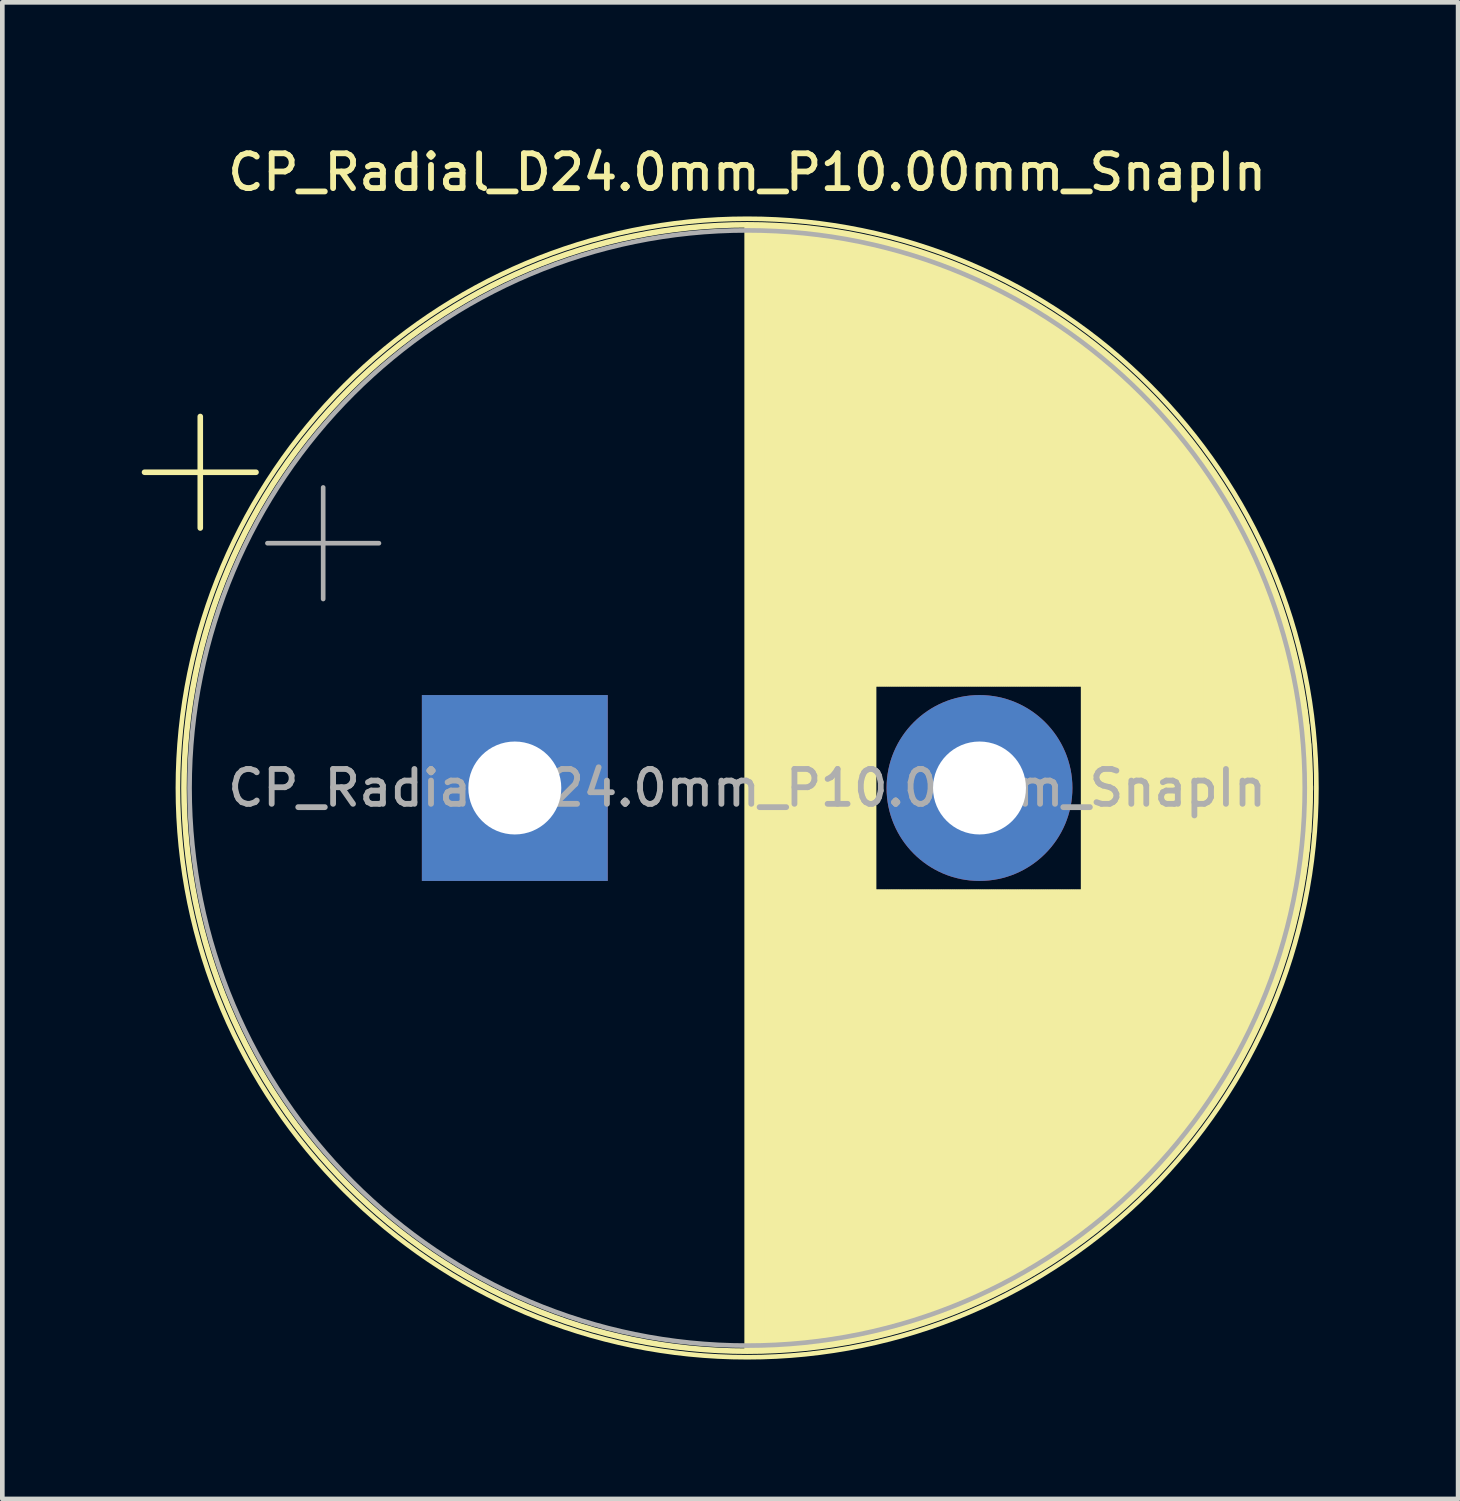
<source format=kicad_pcb>
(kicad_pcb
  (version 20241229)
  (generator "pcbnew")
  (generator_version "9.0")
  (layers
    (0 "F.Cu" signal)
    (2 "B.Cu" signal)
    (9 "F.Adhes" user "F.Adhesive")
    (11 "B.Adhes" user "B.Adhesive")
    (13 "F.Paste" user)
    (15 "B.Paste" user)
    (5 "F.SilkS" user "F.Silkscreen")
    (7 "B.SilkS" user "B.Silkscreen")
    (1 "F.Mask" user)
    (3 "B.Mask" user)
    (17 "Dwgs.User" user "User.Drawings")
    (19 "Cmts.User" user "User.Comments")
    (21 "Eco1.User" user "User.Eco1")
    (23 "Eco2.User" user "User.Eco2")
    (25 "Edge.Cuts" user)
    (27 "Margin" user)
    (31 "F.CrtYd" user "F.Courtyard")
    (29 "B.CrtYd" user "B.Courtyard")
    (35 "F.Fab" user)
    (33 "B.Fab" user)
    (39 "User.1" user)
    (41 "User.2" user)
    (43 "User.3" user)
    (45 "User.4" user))
  (footprint "CP_Radial_D24.0mm_P10.00mm_SnapIn"
    (layer "F.Cu")
    (at 8.029 13.908)
    (property "Reference" "CP_Radial_D24.0mm_P10.00mm_SnapIn" (at 5 -13.25 0) (layer "F.SilkS") (effects (font (size 0.75 0.75) (thickness 0.125))))
    (attr through_hole)
    (fp_line (start -7.969 -6.795) (end -5.569 -6.795) (stroke (width 0.12) (type solid)) (layer "F.SilkS"))
    (fp_line (start -6.769 -7.995) (end -6.769 -5.595) (stroke (width 0.12) (type solid)) (layer "F.SilkS"))
    (fp_line (start 5 -12.081) (end 5 12.081) (stroke (width 0.12) (type solid)) (layer "F.SilkS"))
    (fp_line (start 5.04 -12.08) (end 5.04 12.08) (stroke (width 0.12) (type solid)) (layer "F.SilkS"))
    (fp_line (start 5.08 -12.08) (end 5.08 12.08) (stroke (width 0.12) (type solid)) (layer "F.SilkS"))
    (fp_line (start 5.12 -12.08) (end 5.12 12.08) (stroke (width 0.12) (type solid)) (layer "F.SilkS"))
    (fp_line (start 5.16 -12.079) (end 5.16 12.079) (stroke (width 0.12) (type solid)) (layer "F.SilkS"))
    (fp_line (start 5.2 -12.079) (end 5.2 12.079) (stroke (width 0.12) (type solid)) (layer "F.SilkS"))
    (fp_line (start 5.24 -12.078) (end 5.24 12.078) (stroke (width 0.12) (type solid)) (layer "F.SilkS"))
    (fp_line (start 5.28 -12.077) (end 5.28 12.077) (stroke (width 0.12) (type solid)) (layer "F.SilkS"))
    (fp_line (start 5.32 -12.076) (end 5.32 12.076) (stroke (width 0.12) (type solid)) (layer "F.SilkS"))
    (fp_line (start 5.36 -12.075) (end 5.36 12.075) (stroke (width 0.12) (type solid)) (layer "F.SilkS"))
    (fp_line (start 5.4 -12.074) (end 5.4 12.074) (stroke (width 0.12) (type solid)) (layer "F.SilkS"))
    (fp_line (start 5.44 -12.073) (end 5.44 12.073) (stroke (width 0.12) (type solid)) (layer "F.SilkS"))
    (fp_line (start 5.48 -12.071) (end 5.48 12.071) (stroke (width 0.12) (type solid)) (layer "F.SilkS"))
    (fp_line (start 5.52 -12.069) (end 5.52 12.069) (stroke (width 0.12) (type solid)) (layer "F.SilkS"))
    (fp_line (start 5.56 -12.068) (end 5.56 12.068) (stroke (width 0.12) (type solid)) (layer "F.SilkS"))
    (fp_line (start 5.6 -12.066) (end 5.6 12.066) (stroke (width 0.12) (type solid)) (layer "F.SilkS"))
    (fp_line (start 5.64 -12.064) (end 5.64 12.064) (stroke (width 0.12) (type solid)) (layer "F.SilkS"))
    (fp_line (start 5.68 -12.061) (end 5.68 12.061) (stroke (width 0.12) (type solid)) (layer "F.SilkS"))
    (fp_line (start 5.721 -12.059) (end 5.721 12.059) (stroke (width 0.12) (type solid)) (layer "F.SilkS"))
    (fp_line (start 5.761 -12.057) (end 5.761 12.057) (stroke (width 0.12) (type solid)) (layer "F.SilkS"))
    (fp_line (start 5.801 -12.054) (end 5.801 12.054) (stroke (width 0.12) (type solid)) (layer "F.SilkS"))
    (fp_line (start 5.841 -12.051) (end 5.841 12.051) (stroke (width 0.12) (type solid)) (layer "F.SilkS"))
    (fp_line (start 5.881 -12.049) (end 5.881 12.049) (stroke (width 0.12) (type solid)) (layer "F.SilkS"))
    (fp_line (start 5.921 -12.046) (end 5.921 12.046) (stroke (width 0.12) (type solid)) (layer "F.SilkS"))
    (fp_line (start 5.961 -12.042) (end 5.961 12.042) (stroke (width 0.12) (type solid)) (layer "F.SilkS"))
    (fp_line (start 6.001 -12.039) (end 6.001 12.039) (stroke (width 0.12) (type solid)) (layer "F.SilkS"))
    (fp_line (start 6.041 -12.036) (end 6.041 12.036) (stroke (width 0.12) (type solid)) (layer "F.SilkS"))
    (fp_line (start 6.081 -12.032) (end 6.081 12.032) (stroke (width 0.12) (type solid)) (layer "F.SilkS"))
    (fp_line (start 6.121 -12.029) (end 6.121 12.029) (stroke (width 0.12) (type solid)) (layer "F.SilkS"))
    (fp_line (start 6.161 -12.025) (end 6.161 12.025) (stroke (width 0.12) (type solid)) (layer "F.SilkS"))
    (fp_line (start 6.201 -12.021) (end 6.201 12.021) (stroke (width 0.12) (type solid)) (layer "F.SilkS"))
    (fp_line (start 6.241 -12.017) (end 6.241 12.017) (stroke (width 0.12) (type solid)) (layer "F.SilkS"))
    (fp_line (start 6.281 -12.013) (end 6.281 12.013) (stroke (width 0.12) (type solid)) (layer "F.SilkS"))
    (fp_line (start 6.321 -12.008) (end 6.321 12.008) (stroke (width 0.12) (type solid)) (layer "F.SilkS"))
    (fp_line (start 6.361 -12.004) (end 6.361 12.004) (stroke (width 0.12) (type solid)) (layer "F.SilkS"))
    (fp_line (start 6.401 -11.999) (end 6.401 11.999) (stroke (width 0.12) (type solid)) (layer "F.SilkS"))
    (fp_line (start 6.441 -11.995) (end 6.441 11.995) (stroke (width 0.12) (type solid)) (layer "F.SilkS"))
    (fp_line (start 6.481 -11.99) (end 6.481 11.99) (stroke (width 0.12) (type solid)) (layer "F.SilkS"))
    (fp_line (start 6.521 -11.985) (end 6.521 11.985) (stroke (width 0.12) (type solid)) (layer "F.SilkS"))
    (fp_line (start 6.561 -11.98) (end 6.561 11.98) (stroke (width 0.12) (type solid)) (layer "F.SilkS"))
    (fp_line (start 6.601 -11.974) (end 6.601 11.974) (stroke (width 0.12) (type solid)) (layer "F.SilkS"))
    (fp_line (start 6.641 -11.969) (end 6.641 11.969) (stroke (width 0.12) (type solid)) (layer "F.SilkS"))
    (fp_line (start 6.681 -11.963) (end 6.681 11.963) (stroke (width 0.12) (type solid)) (layer "F.SilkS"))
    (fp_line (start 6.721 -11.958) (end 6.721 11.958) (stroke (width 0.12) (type solid)) (layer "F.SilkS"))
    (fp_line (start 6.761 -11.952) (end 6.761 11.952) (stroke (width 0.12) (type solid)) (layer "F.SilkS"))
    (fp_line (start 6.801 -11.946) (end 6.801 11.946) (stroke (width 0.12) (type solid)) (layer "F.SilkS"))
    (fp_line (start 6.841 -11.94) (end 6.841 11.94) (stroke (width 0.12) (type solid)) (layer "F.SilkS"))
    (fp_line (start 6.881 -11.934) (end 6.881 11.934) (stroke (width 0.12) (type solid)) (layer "F.SilkS"))
    (fp_line (start 6.921 -11.927) (end 6.921 11.927) (stroke (width 0.12) (type solid)) (layer "F.SilkS"))
    (fp_line (start 6.961 -11.921) (end 6.961 11.921) (stroke (width 0.12) (type solid)) (layer "F.SilkS"))
    (fp_line (start 7.001 -11.914) (end 7.001 11.914) (stroke (width 0.12) (type solid)) (layer "F.SilkS"))
    (fp_line (start 7.041 -11.908) (end 7.041 11.908) (stroke (width 0.12) (type solid)) (layer "F.SilkS"))
    (fp_line (start 7.081 -11.901) (end 7.081 11.901) (stroke (width 0.12) (type solid)) (layer "F.SilkS"))
    (fp_line (start 7.121 -11.894) (end 7.121 11.894) (stroke (width 0.12) (type solid)) (layer "F.SilkS"))
    (fp_line (start 7.161 -11.886) (end 7.161 11.886) (stroke (width 0.12) (type solid)) (layer "F.SilkS"))
    (fp_line (start 7.201 -11.879) (end 7.201 11.879) (stroke (width 0.12) (type solid)) (layer "F.SilkS"))
    (fp_line (start 7.241 -11.872) (end 7.241 11.872) (stroke (width 0.12) (type solid)) (layer "F.SilkS"))
    (fp_line (start 7.281 -11.864) (end 7.281 11.864) (stroke (width 0.12) (type solid)) (layer "F.SilkS"))
    (fp_line (start 7.321 -11.856) (end 7.321 11.856) (stroke (width 0.12) (type solid)) (layer "F.SilkS"))
    (fp_line (start 7.361 -11.849) (end 7.361 11.849) (stroke (width 0.12) (type solid)) (layer "F.SilkS"))
    (fp_line (start 7.401 -11.841) (end 7.401 11.841) (stroke (width 0.12) (type solid)) (layer "F.SilkS"))
    (fp_line (start 7.441 -11.832) (end 7.441 11.832) (stroke (width 0.12) (type solid)) (layer "F.SilkS"))
    (fp_line (start 7.481 -11.824) (end 7.481 11.824) (stroke (width 0.12) (type solid)) (layer "F.SilkS"))
    (fp_line (start 7.521 -11.816) (end 7.521 11.816) (stroke (width 0.12) (type solid)) (layer "F.SilkS"))
    (fp_line (start 7.561 -11.807) (end 7.561 11.807) (stroke (width 0.12) (type solid)) (layer "F.SilkS"))
    (fp_line (start 7.601 -11.798) (end 7.601 11.798) (stroke (width 0.12) (type solid)) (layer "F.SilkS"))
    (fp_line (start 7.641 -11.789) (end 7.641 11.789) (stroke (width 0.12) (type solid)) (layer "F.SilkS"))
    (fp_line (start 7.681 -11.78) (end 7.681 11.78) (stroke (width 0.12) (type solid)) (layer "F.SilkS"))
    (fp_line (start 7.721 -11.771) (end 7.721 11.771) (stroke (width 0.12) (type solid)) (layer "F.SilkS"))
    (fp_line (start 7.761 -11.762) (end 7.761 -2.24) (stroke (width 0.12) (type solid)) (layer "F.SilkS"))
    (fp_line (start 7.761 2.24) (end 7.761 11.762) (stroke (width 0.12) (type solid)) (layer "F.SilkS"))
    (fp_line (start 7.801 -11.753) (end 7.801 -2.24) (stroke (width 0.12) (type solid)) (layer "F.SilkS"))
    (fp_line (start 7.801 2.24) (end 7.801 11.753) (stroke (width 0.12) (type solid)) (layer "F.SilkS"))
    (fp_line (start 7.841 -11.743) (end 7.841 -2.24) (stroke (width 0.12) (type solid)) (layer "F.SilkS"))
    (fp_line (start 7.841 2.24) (end 7.841 11.743) (stroke (width 0.12) (type solid)) (layer "F.SilkS"))
    (fp_line (start 7.881 -11.733) (end 7.881 -2.24) (stroke (width 0.12) (type solid)) (layer "F.SilkS"))
    (fp_line (start 7.881 2.24) (end 7.881 11.733) (stroke (width 0.12) (type solid)) (layer "F.SilkS"))
    (fp_line (start 7.921 -11.723) (end 7.921 -2.24) (stroke (width 0.12) (type solid)) (layer "F.SilkS"))
    (fp_line (start 7.921 2.24) (end 7.921 11.723) (stroke (width 0.12) (type solid)) (layer "F.SilkS"))
    (fp_line (start 7.961 -11.713) (end 7.961 -2.24) (stroke (width 0.12) (type solid)) (layer "F.SilkS"))
    (fp_line (start 7.961 2.24) (end 7.961 11.713) (stroke (width 0.12) (type solid)) (layer "F.SilkS"))
    (fp_line (start 8.001 -11.703) (end 8.001 -2.24) (stroke (width 0.12) (type solid)) (layer "F.SilkS"))
    (fp_line (start 8.001 2.24) (end 8.001 11.703) (stroke (width 0.12) (type solid)) (layer "F.SilkS"))
    (fp_line (start 8.041 -11.693) (end 8.041 -2.24) (stroke (width 0.12) (type solid)) (layer "F.SilkS"))
    (fp_line (start 8.041 2.24) (end 8.041 11.693) (stroke (width 0.12) (type solid)) (layer "F.SilkS"))
    (fp_line (start 8.081 -11.683) (end 8.081 -2.24) (stroke (width 0.12) (type solid)) (layer "F.SilkS"))
    (fp_line (start 8.081 2.24) (end 8.081 11.683) (stroke (width 0.12) (type solid)) (layer "F.SilkS"))
    (fp_line (start 8.121 -11.672) (end 8.121 -2.24) (stroke (width 0.12) (type solid)) (layer "F.SilkS"))
    (fp_line (start 8.121 2.24) (end 8.121 11.672) (stroke (width 0.12) (type solid)) (layer "F.SilkS"))
    (fp_line (start 8.161 -11.661) (end 8.161 -2.24) (stroke (width 0.12) (type solid)) (layer "F.SilkS"))
    (fp_line (start 8.161 2.24) (end 8.161 11.661) (stroke (width 0.12) (type solid)) (layer "F.SilkS"))
    (fp_line (start 8.201 -11.65) (end 8.201 -2.24) (stroke (width 0.12) (type solid)) (layer "F.SilkS"))
    (fp_line (start 8.201 2.24) (end 8.201 11.65) (stroke (width 0.12) (type solid)) (layer "F.SilkS"))
    (fp_line (start 8.241 -11.639) (end 8.241 -2.24) (stroke (width 0.12) (type solid)) (layer "F.SilkS"))
    (fp_line (start 8.241 2.24) (end 8.241 11.639) (stroke (width 0.12) (type solid)) (layer "F.SilkS"))
    (fp_line (start 8.281 -11.628) (end 8.281 -2.24) (stroke (width 0.12) (type solid)) (layer "F.SilkS"))
    (fp_line (start 8.281 2.24) (end 8.281 11.628) (stroke (width 0.12) (type solid)) (layer "F.SilkS"))
    (fp_line (start 8.321 -11.617) (end 8.321 -2.24) (stroke (width 0.12) (type solid)) (layer "F.SilkS"))
    (fp_line (start 8.321 2.24) (end 8.321 11.617) (stroke (width 0.12) (type solid)) (layer "F.SilkS"))
    (fp_line (start 8.361 -11.605) (end 8.361 -2.24) (stroke (width 0.12) (type solid)) (layer "F.SilkS"))
    (fp_line (start 8.361 2.24) (end 8.361 11.605) (stroke (width 0.12) (type solid)) (layer "F.SilkS"))
    (fp_line (start 8.401 -11.594) (end 8.401 -2.24) (stroke (width 0.12) (type solid)) (layer "F.SilkS"))
    (fp_line (start 8.401 2.24) (end 8.401 11.594) (stroke (width 0.12) (type solid)) (layer "F.SilkS"))
    (fp_line (start 8.441 -11.582) (end 8.441 -2.24) (stroke (width 0.12) (type solid)) (layer "F.SilkS"))
    (fp_line (start 8.441 2.24) (end 8.441 11.582) (stroke (width 0.12) (type solid)) (layer "F.SilkS"))
    (fp_line (start 8.481 -11.57) (end 8.481 -2.24) (stroke (width 0.12) (type solid)) (layer "F.SilkS"))
    (fp_line (start 8.481 2.24) (end 8.481 11.57) (stroke (width 0.12) (type solid)) (layer "F.SilkS"))
    (fp_line (start 8.521 -11.558) (end 8.521 -2.24) (stroke (width 0.12) (type solid)) (layer "F.SilkS"))
    (fp_line (start 8.521 2.24) (end 8.521 11.558) (stroke (width 0.12) (type solid)) (layer "F.SilkS"))
    (fp_line (start 8.561 -11.546) (end 8.561 -2.24) (stroke (width 0.12) (type solid)) (layer "F.SilkS"))
    (fp_line (start 8.561 2.24) (end 8.561 11.546) (stroke (width 0.12) (type solid)) (layer "F.SilkS"))
    (fp_line (start 8.601 -11.534) (end 8.601 -2.24) (stroke (width 0.12) (type solid)) (layer "F.SilkS"))
    (fp_line (start 8.601 2.24) (end 8.601 11.534) (stroke (width 0.12) (type solid)) (layer "F.SilkS"))
    (fp_line (start 8.641 -11.521) (end 8.641 -2.24) (stroke (width 0.12) (type solid)) (layer "F.SilkS"))
    (fp_line (start 8.641 2.24) (end 8.641 11.521) (stroke (width 0.12) (type solid)) (layer "F.SilkS"))
    (fp_line (start 8.681 -11.508) (end 8.681 -2.24) (stroke (width 0.12) (type solid)) (layer "F.SilkS"))
    (fp_line (start 8.681 2.24) (end 8.681 11.508) (stroke (width 0.12) (type solid)) (layer "F.SilkS"))
    (fp_line (start 8.721 -11.495) (end 8.721 -2.24) (stroke (width 0.12) (type solid)) (layer "F.SilkS"))
    (fp_line (start 8.721 2.24) (end 8.721 11.495) (stroke (width 0.12) (type solid)) (layer "F.SilkS"))
    (fp_line (start 8.761 -11.483) (end 8.761 -2.24) (stroke (width 0.12) (type solid)) (layer "F.SilkS"))
    (fp_line (start 8.761 2.24) (end 8.761 11.483) (stroke (width 0.12) (type solid)) (layer "F.SilkS"))
    (fp_line (start 8.801 -11.469) (end 8.801 -2.24) (stroke (width 0.12) (type solid)) (layer "F.SilkS"))
    (fp_line (start 8.801 2.24) (end 8.801 11.469) (stroke (width 0.12) (type solid)) (layer "F.SilkS"))
    (fp_line (start 8.841 -11.456) (end 8.841 -2.24) (stroke (width 0.12) (type solid)) (layer "F.SilkS"))
    (fp_line (start 8.841 2.24) (end 8.841 11.456) (stroke (width 0.12) (type solid)) (layer "F.SilkS"))
    (fp_line (start 8.881 -11.443) (end 8.881 -2.24) (stroke (width 0.12) (type solid)) (layer "F.SilkS"))
    (fp_line (start 8.881 2.24) (end 8.881 11.443) (stroke (width 0.12) (type solid)) (layer "F.SilkS"))
    (fp_line (start 8.921 -11.429) (end 8.921 -2.24) (stroke (width 0.12) (type solid)) (layer "F.SilkS"))
    (fp_line (start 8.921 2.24) (end 8.921 11.429) (stroke (width 0.12) (type solid)) (layer "F.SilkS"))
    (fp_line (start 8.961 -11.415) (end 8.961 -2.24) (stroke (width 0.12) (type solid)) (layer "F.SilkS"))
    (fp_line (start 8.961 2.24) (end 8.961 11.415) (stroke (width 0.12) (type solid)) (layer "F.SilkS"))
    (fp_line (start 9.001 -11.401) (end 9.001 -2.24) (stroke (width 0.12) (type solid)) (layer "F.SilkS"))
    (fp_line (start 9.001 2.24) (end 9.001 11.401) (stroke (width 0.12) (type solid)) (layer "F.SilkS"))
    (fp_line (start 9.041 -11.387) (end 9.041 -2.24) (stroke (width 0.12) (type solid)) (layer "F.SilkS"))
    (fp_line (start 9.041 2.24) (end 9.041 11.387) (stroke (width 0.12) (type solid)) (layer "F.SilkS"))
    (fp_line (start 9.081 -11.373) (end 9.081 -2.24) (stroke (width 0.12) (type solid)) (layer "F.SilkS"))
    (fp_line (start 9.081 2.24) (end 9.081 11.373) (stroke (width 0.12) (type solid)) (layer "F.SilkS"))
    (fp_line (start 9.121 -11.359) (end 9.121 -2.24) (stroke (width 0.12) (type solid)) (layer "F.SilkS"))
    (fp_line (start 9.121 2.24) (end 9.121 11.359) (stroke (width 0.12) (type solid)) (layer "F.SilkS"))
    (fp_line (start 9.161 -11.344) (end 9.161 -2.24) (stroke (width 0.12) (type solid)) (layer "F.SilkS"))
    (fp_line (start 9.161 2.24) (end 9.161 11.344) (stroke (width 0.12) (type solid)) (layer "F.SilkS"))
    (fp_line (start 9.201 -11.33) (end 9.201 -2.24) (stroke (width 0.12) (type solid)) (layer "F.SilkS"))
    (fp_line (start 9.201 2.24) (end 9.201 11.33) (stroke (width 0.12) (type solid)) (layer "F.SilkS"))
    (fp_line (start 9.241 -11.315) (end 9.241 -2.24) (stroke (width 0.12) (type solid)) (layer "F.SilkS"))
    (fp_line (start 9.241 2.24) (end 9.241 11.315) (stroke (width 0.12) (type solid)) (layer "F.SilkS"))
    (fp_line (start 9.281 -11.3) (end 9.281 -2.24) (stroke (width 0.12) (type solid)) (layer "F.SilkS"))
    (fp_line (start 9.281 2.24) (end 9.281 11.3) (stroke (width 0.12) (type solid)) (layer "F.SilkS"))
    (fp_line (start 9.321 -11.284) (end 9.321 -2.24) (stroke (width 0.12) (type solid)) (layer "F.SilkS"))
    (fp_line (start 9.321 2.24) (end 9.321 11.284) (stroke (width 0.12) (type solid)) (layer "F.SilkS"))
    (fp_line (start 9.361 -11.269) (end 9.361 -2.24) (stroke (width 0.12) (type solid)) (layer "F.SilkS"))
    (fp_line (start 9.361 2.24) (end 9.361 11.269) (stroke (width 0.12) (type solid)) (layer "F.SilkS"))
    (fp_line (start 9.401 -11.254) (end 9.401 -2.24) (stroke (width 0.12) (type solid)) (layer "F.SilkS"))
    (fp_line (start 9.401 2.24) (end 9.401 11.254) (stroke (width 0.12) (type solid)) (layer "F.SilkS"))
    (fp_line (start 9.441 -11.238) (end 9.441 -2.24) (stroke (width 0.12) (type solid)) (layer "F.SilkS"))
    (fp_line (start 9.441 2.24) (end 9.441 11.238) (stroke (width 0.12) (type solid)) (layer "F.SilkS"))
    (fp_line (start 9.481 -11.222) (end 9.481 -2.24) (stroke (width 0.12) (type solid)) (layer "F.SilkS"))
    (fp_line (start 9.481 2.24) (end 9.481 11.222) (stroke (width 0.12) (type solid)) (layer "F.SilkS"))
    (fp_line (start 9.521 -11.206) (end 9.521 -2.24) (stroke (width 0.12) (type solid)) (layer "F.SilkS"))
    (fp_line (start 9.521 2.24) (end 9.521 11.206) (stroke (width 0.12) (type solid)) (layer "F.SilkS"))
    (fp_line (start 9.561 -11.19) (end 9.561 -2.24) (stroke (width 0.12) (type solid)) (layer "F.SilkS"))
    (fp_line (start 9.561 2.24) (end 9.561 11.19) (stroke (width 0.12) (type solid)) (layer "F.SilkS"))
    (fp_line (start 9.601 -11.174) (end 9.601 -2.24) (stroke (width 0.12) (type solid)) (layer "F.SilkS"))
    (fp_line (start 9.601 2.24) (end 9.601 11.174) (stroke (width 0.12) (type solid)) (layer "F.SilkS"))
    (fp_line (start 9.641 -11.157) (end 9.641 -2.24) (stroke (width 0.12) (type solid)) (layer "F.SilkS"))
    (fp_line (start 9.641 2.24) (end 9.641 11.157) (stroke (width 0.12) (type solid)) (layer "F.SilkS"))
    (fp_line (start 9.681 -11.14) (end 9.681 -2.24) (stroke (width 0.12) (type solid)) (layer "F.SilkS"))
    (fp_line (start 9.681 2.24) (end 9.681 11.14) (stroke (width 0.12) (type solid)) (layer "F.SilkS"))
    (fp_line (start 9.721 -11.124) (end 9.721 -2.24) (stroke (width 0.12) (type solid)) (layer "F.SilkS"))
    (fp_line (start 9.721 2.24) (end 9.721 11.124) (stroke (width 0.12) (type solid)) (layer "F.SilkS"))
    (fp_line (start 9.761 -11.107) (end 9.761 -2.24) (stroke (width 0.12) (type solid)) (layer "F.SilkS"))
    (fp_line (start 9.761 2.24) (end 9.761 11.107) (stroke (width 0.12) (type solid)) (layer "F.SilkS"))
    (fp_line (start 9.801 -11.089) (end 9.801 -2.24) (stroke (width 0.12) (type solid)) (layer "F.SilkS"))
    (fp_line (start 9.801 2.24) (end 9.801 11.089) (stroke (width 0.12) (type solid)) (layer "F.SilkS"))
    (fp_line (start 9.841 -11.072) (end 9.841 -2.24) (stroke (width 0.12) (type solid)) (layer "F.SilkS"))
    (fp_line (start 9.841 2.24) (end 9.841 11.072) (stroke (width 0.12) (type solid)) (layer "F.SilkS"))
    (fp_line (start 9.881 -11.055) (end 9.881 -2.24) (stroke (width 0.12) (type solid)) (layer "F.SilkS"))
    (fp_line (start 9.881 2.24) (end 9.881 11.055) (stroke (width 0.12) (type solid)) (layer "F.SilkS"))
    (fp_line (start 9.921 -11.037) (end 9.921 -2.24) (stroke (width 0.12) (type solid)) (layer "F.SilkS"))
    (fp_line (start 9.921 2.24) (end 9.921 11.037) (stroke (width 0.12) (type solid)) (layer "F.SilkS"))
    (fp_line (start 9.961 -11.019) (end 9.961 -2.24) (stroke (width 0.12) (type solid)) (layer "F.SilkS"))
    (fp_line (start 9.961 2.24) (end 9.961 11.019) (stroke (width 0.12) (type solid)) (layer "F.SilkS"))
    (fp_line (start 10.001 -11.001) (end 10.001 -2.24) (stroke (width 0.12) (type solid)) (layer "F.SilkS"))
    (fp_line (start 10.001 2.24) (end 10.001 11.001) (stroke (width 0.12) (type solid)) (layer "F.SilkS"))
    (fp_line (start 10.041 -10.983) (end 10.041 -2.24) (stroke (width 0.12) (type solid)) (layer "F.SilkS"))
    (fp_line (start 10.041 2.24) (end 10.041 10.983) (stroke (width 0.12) (type solid)) (layer "F.SilkS"))
    (fp_line (start 10.081 -10.964) (end 10.081 -2.24) (stroke (width 0.12) (type solid)) (layer "F.SilkS"))
    (fp_line (start 10.081 2.24) (end 10.081 10.964) (stroke (width 0.12) (type solid)) (layer "F.SilkS"))
    (fp_line (start 10.121 -10.946) (end 10.121 -2.24) (stroke (width 0.12) (type solid)) (layer "F.SilkS"))
    (fp_line (start 10.121 2.24) (end 10.121 10.946) (stroke (width 0.12) (type solid)) (layer "F.SilkS"))
    (fp_line (start 10.161 -10.927) (end 10.161 -2.24) (stroke (width 0.12) (type solid)) (layer "F.SilkS"))
    (fp_line (start 10.161 2.24) (end 10.161 10.927) (stroke (width 0.12) (type solid)) (layer "F.SilkS"))
    (fp_line (start 10.201 -10.908) (end 10.201 -2.24) (stroke (width 0.12) (type solid)) (layer "F.SilkS"))
    (fp_line (start 10.201 2.24) (end 10.201 10.908) (stroke (width 0.12) (type solid)) (layer "F.SilkS"))
    (fp_line (start 10.241 -10.889) (end 10.241 -2.24) (stroke (width 0.12) (type solid)) (layer "F.SilkS"))
    (fp_line (start 10.241 2.24) (end 10.241 10.889) (stroke (width 0.12) (type solid)) (layer "F.SilkS"))
    (fp_line (start 10.281 -10.87) (end 10.281 -2.24) (stroke (width 0.12) (type solid)) (layer "F.SilkS"))
    (fp_line (start 10.281 2.24) (end 10.281 10.87) (stroke (width 0.12) (type solid)) (layer "F.SilkS"))
    (fp_line (start 10.321 -10.85) (end 10.321 -2.24) (stroke (width 0.12) (type solid)) (layer "F.SilkS"))
    (fp_line (start 10.321 2.24) (end 10.321 10.85) (stroke (width 0.12) (type solid)) (layer "F.SilkS"))
    (fp_line (start 10.361 -10.831) (end 10.361 -2.24) (stroke (width 0.12) (type solid)) (layer "F.SilkS"))
    (fp_line (start 10.361 2.24) (end 10.361 10.831) (stroke (width 0.12) (type solid)) (layer "F.SilkS"))
    (fp_line (start 10.401 -10.811) (end 10.401 -2.24) (stroke (width 0.12) (type solid)) (layer "F.SilkS"))
    (fp_line (start 10.401 2.24) (end 10.401 10.811) (stroke (width 0.12) (type solid)) (layer "F.SilkS"))
    (fp_line (start 10.441 -10.791) (end 10.441 -2.24) (stroke (width 0.12) (type solid)) (layer "F.SilkS"))
    (fp_line (start 10.441 2.24) (end 10.441 10.791) (stroke (width 0.12) (type solid)) (layer "F.SilkS"))
    (fp_line (start 10.481 -10.771) (end 10.481 -2.24) (stroke (width 0.12) (type solid)) (layer "F.SilkS"))
    (fp_line (start 10.481 2.24) (end 10.481 10.771) (stroke (width 0.12) (type solid)) (layer "F.SilkS"))
    (fp_line (start 10.521 -10.75) (end 10.521 -2.24) (stroke (width 0.12) (type solid)) (layer "F.SilkS"))
    (fp_line (start 10.521 2.24) (end 10.521 10.75) (stroke (width 0.12) (type solid)) (layer "F.SilkS"))
    (fp_line (start 10.561 -10.73) (end 10.561 -2.24) (stroke (width 0.12) (type solid)) (layer "F.SilkS"))
    (fp_line (start 10.561 2.24) (end 10.561 10.73) (stroke (width 0.12) (type solid)) (layer "F.SilkS"))
    (fp_line (start 10.601 -10.709) (end 10.601 -2.24) (stroke (width 0.12) (type solid)) (layer "F.SilkS"))
    (fp_line (start 10.601 2.24) (end 10.601 10.709) (stroke (width 0.12) (type solid)) (layer "F.SilkS"))
    (fp_line (start 10.641 -10.688) (end 10.641 -2.24) (stroke (width 0.12) (type solid)) (layer "F.SilkS"))
    (fp_line (start 10.641 2.24) (end 10.641 10.688) (stroke (width 0.12) (type solid)) (layer "F.SilkS"))
    (fp_line (start 10.681 -10.667) (end 10.681 -2.24) (stroke (width 0.12) (type solid)) (layer "F.SilkS"))
    (fp_line (start 10.681 2.24) (end 10.681 10.667) (stroke (width 0.12) (type solid)) (layer "F.SilkS"))
    (fp_line (start 10.721 -10.646) (end 10.721 -2.24) (stroke (width 0.12) (type solid)) (layer "F.SilkS"))
    (fp_line (start 10.721 2.24) (end 10.721 10.646) (stroke (width 0.12) (type solid)) (layer "F.SilkS"))
    (fp_line (start 10.761 -10.624) (end 10.761 -2.24) (stroke (width 0.12) (type solid)) (layer "F.SilkS"))
    (fp_line (start 10.761 2.24) (end 10.761 10.624) (stroke (width 0.12) (type solid)) (layer "F.SilkS"))
    (fp_line (start 10.801 -10.603) (end 10.801 -2.24) (stroke (width 0.12) (type solid)) (layer "F.SilkS"))
    (fp_line (start 10.801 2.24) (end 10.801 10.603) (stroke (width 0.12) (type solid)) (layer "F.SilkS"))
    (fp_line (start 10.841 -10.581) (end 10.841 -2.24) (stroke (width 0.12) (type solid)) (layer "F.SilkS"))
    (fp_line (start 10.841 2.24) (end 10.841 10.581) (stroke (width 0.12) (type solid)) (layer "F.SilkS"))
    (fp_line (start 10.881 -10.559) (end 10.881 -2.24) (stroke (width 0.12) (type solid)) (layer "F.SilkS"))
    (fp_line (start 10.881 2.24) (end 10.881 10.559) (stroke (width 0.12) (type solid)) (layer "F.SilkS"))
    (fp_line (start 10.921 -10.536) (end 10.921 -2.24) (stroke (width 0.12) (type solid)) (layer "F.SilkS"))
    (fp_line (start 10.921 2.24) (end 10.921 10.536) (stroke (width 0.12) (type solid)) (layer "F.SilkS"))
    (fp_line (start 10.961 -10.514) (end 10.961 -2.24) (stroke (width 0.12) (type solid)) (layer "F.SilkS"))
    (fp_line (start 10.961 2.24) (end 10.961 10.514) (stroke (width 0.12) (type solid)) (layer "F.SilkS"))
    (fp_line (start 11.001 -10.491) (end 11.001 -2.24) (stroke (width 0.12) (type solid)) (layer "F.SilkS"))
    (fp_line (start 11.001 2.24) (end 11.001 10.491) (stroke (width 0.12) (type solid)) (layer "F.SilkS"))
    (fp_line (start 11.041 -10.468) (end 11.041 -2.24) (stroke (width 0.12) (type solid)) (layer "F.SilkS"))
    (fp_line (start 11.041 2.24) (end 11.041 10.468) (stroke (width 0.12) (type solid)) (layer "F.SilkS"))
    (fp_line (start 11.081 -10.445) (end 11.081 -2.24) (stroke (width 0.12) (type solid)) (layer "F.SilkS"))
    (fp_line (start 11.081 2.24) (end 11.081 10.445) (stroke (width 0.12) (type solid)) (layer "F.SilkS"))
    (fp_line (start 11.121 -10.422) (end 11.121 -2.24) (stroke (width 0.12) (type solid)) (layer "F.SilkS"))
    (fp_line (start 11.121 2.24) (end 11.121 10.422) (stroke (width 0.12) (type solid)) (layer "F.SilkS"))
    (fp_line (start 11.161 -10.398) (end 11.161 -2.24) (stroke (width 0.12) (type solid)) (layer "F.SilkS"))
    (fp_line (start 11.161 2.24) (end 11.161 10.398) (stroke (width 0.12) (type solid)) (layer "F.SilkS"))
    (fp_line (start 11.201 -10.375) (end 11.201 -2.24) (stroke (width 0.12) (type solid)) (layer "F.SilkS"))
    (fp_line (start 11.201 2.24) (end 11.201 10.375) (stroke (width 0.12) (type solid)) (layer "F.SilkS"))
    (fp_line (start 11.241 -10.351) (end 11.241 -2.24) (stroke (width 0.12) (type solid)) (layer "F.SilkS"))
    (fp_line (start 11.241 2.24) (end 11.241 10.351) (stroke (width 0.12) (type solid)) (layer "F.SilkS"))
    (fp_line (start 11.281 -10.327) (end 11.281 -2.24) (stroke (width 0.12) (type solid)) (layer "F.SilkS"))
    (fp_line (start 11.281 2.24) (end 11.281 10.327) (stroke (width 0.12) (type solid)) (layer "F.SilkS"))
    (fp_line (start 11.321 -10.302) (end 11.321 -2.24) (stroke (width 0.12) (type solid)) (layer "F.SilkS"))
    (fp_line (start 11.321 2.24) (end 11.321 10.302) (stroke (width 0.12) (type solid)) (layer "F.SilkS"))
    (fp_line (start 11.361 -10.278) (end 11.361 -2.24) (stroke (width 0.12) (type solid)) (layer "F.SilkS"))
    (fp_line (start 11.361 2.24) (end 11.361 10.278) (stroke (width 0.12) (type solid)) (layer "F.SilkS"))
    (fp_line (start 11.401 -10.253) (end 11.401 -2.24) (stroke (width 0.12) (type solid)) (layer "F.SilkS"))
    (fp_line (start 11.401 2.24) (end 11.401 10.253) (stroke (width 0.12) (type solid)) (layer "F.SilkS"))
    (fp_line (start 11.441 -10.228) (end 11.441 -2.24) (stroke (width 0.12) (type solid)) (layer "F.SilkS"))
    (fp_line (start 11.441 2.24) (end 11.441 10.228) (stroke (width 0.12) (type solid)) (layer "F.SilkS"))
    (fp_line (start 11.481 -10.203) (end 11.481 -2.24) (stroke (width 0.12) (type solid)) (layer "F.SilkS"))
    (fp_line (start 11.481 2.24) (end 11.481 10.203) (stroke (width 0.12) (type solid)) (layer "F.SilkS"))
    (fp_line (start 11.521 -10.177) (end 11.521 -2.24) (stroke (width 0.12) (type solid)) (layer "F.SilkS"))
    (fp_line (start 11.521 2.24) (end 11.521 10.177) (stroke (width 0.12) (type solid)) (layer "F.SilkS"))
    (fp_line (start 11.561 -10.152) (end 11.561 -2.24) (stroke (width 0.12) (type solid)) (layer "F.SilkS"))
    (fp_line (start 11.561 2.24) (end 11.561 10.152) (stroke (width 0.12) (type solid)) (layer "F.SilkS"))
    (fp_line (start 11.601 -10.126) (end 11.601 -2.24) (stroke (width 0.12) (type solid)) (layer "F.SilkS"))
    (fp_line (start 11.601 2.24) (end 11.601 10.126) (stroke (width 0.12) (type solid)) (layer "F.SilkS"))
    (fp_line (start 11.641 -10.1) (end 11.641 -2.24) (stroke (width 0.12) (type solid)) (layer "F.SilkS"))
    (fp_line (start 11.641 2.24) (end 11.641 10.1) (stroke (width 0.12) (type solid)) (layer "F.SilkS"))
    (fp_line (start 11.681 -10.073) (end 11.681 -2.24) (stroke (width 0.12) (type solid)) (layer "F.SilkS"))
    (fp_line (start 11.681 2.24) (end 11.681 10.073) (stroke (width 0.12) (type solid)) (layer "F.SilkS"))
    (fp_line (start 11.721 -10.047) (end 11.721 -2.24) (stroke (width 0.12) (type solid)) (layer "F.SilkS"))
    (fp_line (start 11.721 2.24) (end 11.721 10.047) (stroke (width 0.12) (type solid)) (layer "F.SilkS"))
    (fp_line (start 11.761 -10.02) (end 11.761 -2.24) (stroke (width 0.12) (type solid)) (layer "F.SilkS"))
    (fp_line (start 11.761 2.24) (end 11.761 10.02) (stroke (width 0.12) (type solid)) (layer "F.SilkS"))
    (fp_line (start 11.801 -9.993) (end 11.801 -2.24) (stroke (width 0.12) (type solid)) (layer "F.SilkS"))
    (fp_line (start 11.801 2.24) (end 11.801 9.993) (stroke (width 0.12) (type solid)) (layer "F.SilkS"))
    (fp_line (start 11.841 -9.966) (end 11.841 -2.24) (stroke (width 0.12) (type solid)) (layer "F.SilkS"))
    (fp_line (start 11.841 2.24) (end 11.841 9.966) (stroke (width 0.12) (type solid)) (layer "F.SilkS"))
    (fp_line (start 11.881 -9.938) (end 11.881 -2.24) (stroke (width 0.12) (type solid)) (layer "F.SilkS"))
    (fp_line (start 11.881 2.24) (end 11.881 9.938) (stroke (width 0.12) (type solid)) (layer "F.SilkS"))
    (fp_line (start 11.921 -9.911) (end 11.921 -2.24) (stroke (width 0.12) (type solid)) (layer "F.SilkS"))
    (fp_line (start 11.921 2.24) (end 11.921 9.911) (stroke (width 0.12) (type solid)) (layer "F.SilkS"))
    (fp_line (start 11.961 -9.883) (end 11.961 -2.24) (stroke (width 0.12) (type solid)) (layer "F.SilkS"))
    (fp_line (start 11.961 2.24) (end 11.961 9.883) (stroke (width 0.12) (type solid)) (layer "F.SilkS"))
    (fp_line (start 12.001 -9.855) (end 12.001 -2.24) (stroke (width 0.12) (type solid)) (layer "F.SilkS"))
    (fp_line (start 12.001 2.24) (end 12.001 9.855) (stroke (width 0.12) (type solid)) (layer "F.SilkS"))
    (fp_line (start 12.041 -9.826) (end 12.041 -2.24) (stroke (width 0.12) (type solid)) (layer "F.SilkS"))
    (fp_line (start 12.041 2.24) (end 12.041 9.826) (stroke (width 0.12) (type solid)) (layer "F.SilkS"))
    (fp_line (start 12.081 -9.798) (end 12.081 -2.24) (stroke (width 0.12) (type solid)) (layer "F.SilkS"))
    (fp_line (start 12.081 2.24) (end 12.081 9.798) (stroke (width 0.12) (type solid)) (layer "F.SilkS"))
    (fp_line (start 12.121 -9.769) (end 12.121 -2.24) (stroke (width 0.12) (type solid)) (layer "F.SilkS"))
    (fp_line (start 12.121 2.24) (end 12.121 9.769) (stroke (width 0.12) (type solid)) (layer "F.SilkS"))
    (fp_line (start 12.161 -9.739) (end 12.161 -2.24) (stroke (width 0.12) (type solid)) (layer "F.SilkS"))
    (fp_line (start 12.161 2.24) (end 12.161 9.739) (stroke (width 0.12) (type solid)) (layer "F.SilkS"))
    (fp_line (start 12.201 -9.71) (end 12.201 -2.24) (stroke (width 0.12) (type solid)) (layer "F.SilkS"))
    (fp_line (start 12.201 2.24) (end 12.201 9.71) (stroke (width 0.12) (type solid)) (layer "F.SilkS"))
    (fp_line (start 12.241 -9.68) (end 12.241 9.68) (stroke (width 0.12) (type solid)) (layer "F.SilkS"))
    (fp_line (start 12.281 -9.65) (end 12.281 9.65) (stroke (width 0.12) (type solid)) (layer "F.SilkS"))
    (fp_line (start 12.321 -9.62) (end 12.321 9.62) (stroke (width 0.12) (type solid)) (layer "F.SilkS"))
    (fp_line (start 12.361 -9.59) (end 12.361 9.59) (stroke (width 0.12) (type solid)) (layer "F.SilkS"))
    (fp_line (start 12.401 -9.559) (end 12.401 9.559) (stroke (width 0.12) (type solid)) (layer "F.SilkS"))
    (fp_line (start 12.441 -9.528) (end 12.441 9.528) (stroke (width 0.12) (type solid)) (layer "F.SilkS"))
    (fp_line (start 12.481 -9.497) (end 12.481 9.497) (stroke (width 0.12) (type solid)) (layer "F.SilkS"))
    (fp_line (start 12.521 -9.465) (end 12.521 9.465) (stroke (width 0.12) (type solid)) (layer "F.SilkS"))
    (fp_line (start 12.561 -9.434) (end 12.561 9.434) (stroke (width 0.12) (type solid)) (layer "F.SilkS"))
    (fp_line (start 12.601 -9.402) (end 12.601 9.402) (stroke (width 0.12) (type solid)) (layer "F.SilkS"))
    (fp_line (start 12.641 -9.369) (end 12.641 9.369) (stroke (width 0.12) (type solid)) (layer "F.SilkS"))
    (fp_line (start 12.681 -9.337) (end 12.681 9.337) (stroke (width 0.12) (type solid)) (layer "F.SilkS"))
    (fp_line (start 12.721 -9.304) (end 12.721 9.304) (stroke (width 0.12) (type solid)) (layer "F.SilkS"))
    (fp_line (start 12.761 -9.271) (end 12.761 9.271) (stroke (width 0.12) (type solid)) (layer "F.SilkS"))
    (fp_line (start 12.801 -9.237) (end 12.801 9.237) (stroke (width 0.12) (type solid)) (layer "F.SilkS"))
    (fp_line (start 12.841 -9.203) (end 12.841 9.203) (stroke (width 0.12) (type solid)) (layer "F.SilkS"))
    (fp_line (start 12.881 -9.169) (end 12.881 9.169) (stroke (width 0.12) (type solid)) (layer "F.SilkS"))
    (fp_line (start 12.921 -9.135) (end 12.921 9.135) (stroke (width 0.12) (type solid)) (layer "F.SilkS"))
    (fp_line (start 12.961 -9.1) (end 12.961 9.1) (stroke (width 0.12) (type solid)) (layer "F.SilkS"))
    (fp_line (start 13.001 -9.065) (end 13.001 9.065) (stroke (width 0.12) (type solid)) (layer "F.SilkS"))
    (fp_line (start 13.041 -9.03) (end 13.041 9.03) (stroke (width 0.12) (type solid)) (layer "F.SilkS"))
    (fp_line (start 13.081 -8.994) (end 13.081 8.994) (stroke (width 0.12) (type solid)) (layer "F.SilkS"))
    (fp_line (start 13.121 -8.958) (end 13.121 8.958) (stroke (width 0.12) (type solid)) (layer "F.SilkS"))
    (fp_line (start 13.161 -8.922) (end 13.161 8.922) (stroke (width 0.12) (type solid)) (layer "F.SilkS"))
    (fp_line (start 13.2 -8.885) (end 13.2 8.885) (stroke (width 0.12) (type solid)) (layer "F.SilkS"))
    (fp_line (start 13.24 -8.849) (end 13.24 8.849) (stroke (width 0.12) (type solid)) (layer "F.SilkS"))
    (fp_line (start 13.28 -8.811) (end 13.28 8.811) (stroke (width 0.12) (type solid)) (layer "F.SilkS"))
    (fp_line (start 13.32 -8.774) (end 13.32 8.774) (stroke (width 0.12) (type solid)) (layer "F.SilkS"))
    (fp_line (start 13.36 -8.736) (end 13.36 8.736) (stroke (width 0.12) (type solid)) (layer "F.SilkS"))
    (fp_line (start 13.4 -8.697) (end 13.4 8.697) (stroke (width 0.12) (type solid)) (layer "F.SilkS"))
    (fp_line (start 13.44 -8.659) (end 13.44 8.659) (stroke (width 0.12) (type solid)) (layer "F.SilkS"))
    (fp_line (start 13.48 -8.62) (end 13.48 8.62) (stroke (width 0.12) (type solid)) (layer "F.SilkS"))
    (fp_line (start 13.52 -8.58) (end 13.52 8.58) (stroke (width 0.12) (type solid)) (layer "F.SilkS"))
    (fp_line (start 13.56 -8.541) (end 13.56 8.541) (stroke (width 0.12) (type solid)) (layer "F.SilkS"))
    (fp_line (start 13.6 -8.501) (end 13.6 8.501) (stroke (width 0.12) (type solid)) (layer "F.SilkS"))
    (fp_line (start 13.64 -8.46) (end 13.64 8.46) (stroke (width 0.12) (type solid)) (layer "F.SilkS"))
    (fp_line (start 13.68 -8.419) (end 13.68 8.419) (stroke (width 0.12) (type solid)) (layer "F.SilkS"))
    (fp_line (start 13.72 -8.378) (end 13.72 8.378) (stroke (width 0.12) (type solid)) (layer "F.SilkS"))
    (fp_line (start 13.76 -8.336) (end 13.76 8.336) (stroke (width 0.12) (type solid)) (layer "F.SilkS"))
    (fp_line (start 13.8 -8.294) (end 13.8 8.294) (stroke (width 0.12) (type solid)) (layer "F.SilkS"))
    (fp_line (start 13.84 -8.252) (end 13.84 8.252) (stroke (width 0.12) (type solid)) (layer "F.SilkS"))
    (fp_line (start 13.88 -8.209) (end 13.88 8.209) (stroke (width 0.12) (type solid)) (layer "F.SilkS"))
    (fp_line (start 13.92 -8.166) (end 13.92 8.166) (stroke (width 0.12) (type solid)) (layer "F.SilkS"))
    (fp_line (start 13.96 -8.122) (end 13.96 8.122) (stroke (width 0.12) (type solid)) (layer "F.SilkS"))
    (fp_line (start 14 -8.078) (end 14 8.078) (stroke (width 0.12) (type solid)) (layer "F.SilkS"))
    (fp_line (start 14.04 -8.033) (end 14.04 8.033) (stroke (width 0.12) (type solid)) (layer "F.SilkS"))
    (fp_line (start 14.08 -7.988) (end 14.08 7.988) (stroke (width 0.12) (type solid)) (layer "F.SilkS"))
    (fp_line (start 14.12 -7.943) (end 14.12 7.943) (stroke (width 0.12) (type solid)) (layer "F.SilkS"))
    (fp_line (start 14.16 -7.897) (end 14.16 7.897) (stroke (width 0.12) (type solid)) (layer "F.SilkS"))
    (fp_line (start 14.2 -7.851) (end 14.2 7.851) (stroke (width 0.12) (type solid)) (layer "F.SilkS"))
    (fp_line (start 14.24 -7.804) (end 14.24 7.804) (stroke (width 0.12) (type solid)) (layer "F.SilkS"))
    (fp_line (start 14.28 -7.756) (end 14.28 7.756) (stroke (width 0.12) (type solid)) (layer "F.SilkS"))
    (fp_line (start 14.32 -7.709) (end 14.32 7.709) (stroke (width 0.12) (type solid)) (layer "F.SilkS"))
    (fp_line (start 14.36 -7.66) (end 14.36 7.66) (stroke (width 0.12) (type solid)) (layer "F.SilkS"))
    (fp_line (start 14.4 -7.611) (end 14.4 7.611) (stroke (width 0.12) (type solid)) (layer "F.SilkS"))
    (fp_line (start 14.44 -7.562) (end 14.44 7.562) (stroke (width 0.12) (type solid)) (layer "F.SilkS"))
    (fp_line (start 14.48 -7.512) (end 14.48 7.512) (stroke (width 0.12) (type solid)) (layer "F.SilkS"))
    (fp_line (start 14.52 -7.461) (end 14.52 7.461) (stroke (width 0.12) (type solid)) (layer "F.SilkS"))
    (fp_line (start 14.56 -7.41) (end 14.56 7.41) (stroke (width 0.12) (type solid)) (layer "F.SilkS"))
    (fp_line (start 14.6 -7.359) (end 14.6 7.359) (stroke (width 0.12) (type solid)) (layer "F.SilkS"))
    (fp_line (start 14.64 -7.307) (end 14.64 7.307) (stroke (width 0.12) (type solid)) (layer "F.SilkS"))
    (fp_line (start 14.68 -7.254) (end 14.68 7.254) (stroke (width 0.12) (type solid)) (layer "F.SilkS"))
    (fp_line (start 14.72 -7.2) (end 14.72 7.2) (stroke (width 0.12) (type solid)) (layer "F.SilkS"))
    (fp_line (start 14.76 -7.146) (end 14.76 7.146) (stroke (width 0.12) (type solid)) (layer "F.SilkS"))
    (fp_line (start 14.8 -7.092) (end 14.8 7.092) (stroke (width 0.12) (type solid)) (layer "F.SilkS"))
    (fp_line (start 14.84 -7.036) (end 14.84 7.036) (stroke (width 0.12) (type solid)) (layer "F.SilkS"))
    (fp_line (start 14.88 -6.98) (end 14.88 6.98) (stroke (width 0.12) (type solid)) (layer "F.SilkS"))
    (fp_line (start 14.92 -6.924) (end 14.92 6.924) (stroke (width 0.12) (type solid)) (layer "F.SilkS"))
    (fp_line (start 14.96 -6.866) (end 14.96 6.866) (stroke (width 0.12) (type solid)) (layer "F.SilkS"))
    (fp_line (start 15 -6.808) (end 15 6.808) (stroke (width 0.12) (type solid)) (layer "F.SilkS"))
    (fp_line (start 15.04 -6.75) (end 15.04 6.75) (stroke (width 0.12) (type solid)) (layer "F.SilkS"))
    (fp_line (start 15.08 -6.69) (end 15.08 6.69) (stroke (width 0.12) (type solid)) (layer "F.SilkS"))
    (fp_line (start 15.12 -6.63) (end 15.12 6.63) (stroke (width 0.12) (type solid)) (layer "F.SilkS"))
    (fp_line (start 15.16 -6.569) (end 15.16 6.569) (stroke (width 0.12) (type solid)) (layer "F.SilkS"))
    (fp_line (start 15.2 -6.507) (end 15.2 6.507) (stroke (width 0.12) (type solid)) (layer "F.SilkS"))
    (fp_line (start 15.24 -6.444) (end 15.24 6.444) (stroke (width 0.12) (type solid)) (layer "F.SilkS"))
    (fp_line (start 15.28 -6.38) (end 15.28 6.38) (stroke (width 0.12) (type solid)) (layer "F.SilkS"))
    (fp_line (start 15.32 -6.316) (end 15.32 6.316) (stroke (width 0.12) (type solid)) (layer "F.SilkS"))
    (fp_line (start 15.36 -6.251) (end 15.36 6.251) (stroke (width 0.12) (type solid)) (layer "F.SilkS"))
    (fp_line (start 15.4 -6.184) (end 15.4 6.184) (stroke (width 0.12) (type solid)) (layer "F.SilkS"))
    (fp_line (start 15.44 -6.117) (end 15.44 6.117) (stroke (width 0.12) (type solid)) (layer "F.SilkS"))
    (fp_line (start 15.48 -6.049) (end 15.48 6.049) (stroke (width 0.12) (type solid)) (layer "F.SilkS"))
    (fp_line (start 15.52 -5.979) (end 15.52 5.979) (stroke (width 0.12) (type solid)) (layer "F.SilkS"))
    (fp_line (start 15.56 -5.909) (end 15.56 5.909) (stroke (width 0.12) (type solid)) (layer "F.SilkS"))
    (fp_line (start 15.6 -5.837) (end 15.6 5.837) (stroke (width 0.12) (type solid)) (layer "F.SilkS"))
    (fp_line (start 15.64 -5.764) (end 15.64 5.764) (stroke (width 0.12) (type solid)) (layer "F.SilkS"))
    (fp_line (start 15.68 -5.69) (end 15.68 5.69) (stroke (width 0.12) (type solid)) (layer "F.SilkS"))
    (fp_line (start 15.72 -5.615) (end 15.72 5.615) (stroke (width 0.12) (type solid)) (layer "F.SilkS"))
    (fp_line (start 15.76 -5.539) (end 15.76 5.539) (stroke (width 0.12) (type solid)) (layer "F.SilkS"))
    (fp_line (start 15.8 -5.461) (end 15.8 5.461) (stroke (width 0.12) (type solid)) (layer "F.SilkS"))
    (fp_line (start 15.84 -5.382) (end 15.84 5.382) (stroke (width 0.12) (type solid)) (layer "F.SilkS"))
    (fp_line (start 15.88 -5.301) (end 15.88 5.301) (stroke (width 0.12) (type solid)) (layer "F.SilkS"))
    (fp_line (start 15.92 -5.219) (end 15.92 5.219) (stroke (width 0.12) (type solid)) (layer "F.SilkS"))
    (fp_line (start 15.96 -5.135) (end 15.96 5.135) (stroke (width 0.12) (type solid)) (layer "F.SilkS"))
    (fp_line (start 16 -5.049) (end 16 5.049) (stroke (width 0.12) (type solid)) (layer "F.SilkS"))
    (fp_line (start 16.04 -4.962) (end 16.04 4.962) (stroke (width 0.12) (type solid)) (layer "F.SilkS"))
    (fp_line (start 16.08 -4.873) (end 16.08 4.873) (stroke (width 0.12) (type solid)) (layer "F.SilkS"))
    (fp_line (start 16.12 -4.781) (end 16.12 4.781) (stroke (width 0.12) (type solid)) (layer "F.SilkS"))
    (fp_line (start 16.16 -4.688) (end 16.16 4.688) (stroke (width 0.12) (type solid)) (layer "F.SilkS"))
    (fp_line (start 16.2 -4.592) (end 16.2 4.592) (stroke (width 0.12) (type solid)) (layer "F.SilkS"))
    (fp_line (start 16.24 -4.494) (end 16.24 4.494) (stroke (width 0.12) (type solid)) (layer "F.SilkS"))
    (fp_line (start 16.28 -4.394) (end 16.28 4.394) (stroke (width 0.12) (type solid)) (layer "F.SilkS"))
    (fp_line (start 16.32 -4.291) (end 16.32 4.291) (stroke (width 0.12) (type solid)) (layer "F.SilkS"))
    (fp_line (start 16.36 -4.185) (end 16.36 4.185) (stroke (width 0.12) (type solid)) (layer "F.SilkS"))
    (fp_line (start 16.4 -4.076) (end 16.4 4.076) (stroke (width 0.12) (type solid)) (layer "F.SilkS"))
    (fp_line (start 16.44 -3.963) (end 16.44 3.963) (stroke (width 0.12) (type solid)) (layer "F.SilkS"))
    (fp_line (start 16.48 -3.847) (end 16.48 3.847) (stroke (width 0.12) (type solid)) (layer "F.SilkS"))
    (fp_line (start 16.52 -3.727) (end 16.52 3.727) (stroke (width 0.12) (type solid)) (layer "F.SilkS"))
    (fp_line (start 16.56 -3.602) (end 16.56 3.602) (stroke (width 0.12) (type solid)) (layer "F.SilkS"))
    (fp_line (start 16.6 -3.473) (end 16.6 3.473) (stroke (width 0.12) (type solid)) (layer "F.SilkS"))
    (fp_line (start 16.64 -3.338) (end 16.64 3.338) (stroke (width 0.12) (type solid)) (layer "F.SilkS"))
    (fp_line (start 16.68 -3.197) (end 16.68 3.197) (stroke (width 0.12) (type solid)) (layer "F.SilkS"))
    (fp_line (start 16.72 -3.049) (end 16.72 3.049) (stroke (width 0.12) (type solid)) (layer "F.SilkS"))
    (fp_line (start 16.76 -2.893) (end 16.76 2.893) (stroke (width 0.12) (type solid)) (layer "F.SilkS"))
    (fp_line (start 16.8 -2.727) (end 16.8 2.727) (stroke (width 0.12) (type solid)) (layer "F.SilkS"))
    (fp_line (start 16.84 -2.551) (end 16.84 2.551) (stroke (width 0.12) (type solid)) (layer "F.SilkS"))
    (fp_line (start 16.88 -2.361) (end 16.88 2.361) (stroke (width 0.12) (type solid)) (layer "F.SilkS"))
    (fp_line (start 16.92 -2.153) (end 16.92 2.153) (stroke (width 0.12) (type solid)) (layer "F.SilkS"))
    (fp_line (start 16.96 -1.923) (end 16.96 1.923) (stroke (width 0.12) (type solid)) (layer "F.SilkS"))
    (fp_line (start 17 -1.662) (end 17 1.662) (stroke (width 0.12) (type solid)) (layer "F.SilkS"))
    (fp_line (start 17.04 -1.351) (end 17.04 1.351) (stroke (width 0.12) (type solid)) (layer "F.SilkS"))
    (fp_line (start 17.08 -0.944) (end 17.08 0.944) (stroke (width 0.12) (type solid)) (layer "F.SilkS"))
    (fp_line (start 17.12 -0.04) (end 17.12 0.04) (stroke (width 0.12) (type solid)) (layer "F.SilkS"))
    (fp_circle (center 5 0) (end 17.12 0) (stroke (width 0.12) (type solid)) (fill no) (layer "F.SilkS"))
    (fp_circle (center 5 0) (end 17.25 0) (stroke (width 0.1) (type solid)) (fill no) (layer "F.SilkS"))
    (fp_line (start -5.324 -5.268) (end -2.924 -5.268) (stroke (width 0.1) (type solid)) (layer "F.Fab"))
    (fp_line (start -4.124 -6.468) (end -4.124 -4.067) (stroke (width 0.1) (type solid)) (layer "F.Fab"))
    (fp_circle (center 5 0) (end 17 0) (stroke (width 0.1) (type solid)) (fill no) (layer "F.Fab"))
    (fp_text user "${REFERENCE}" (at 5 0 0) (layer "F.Fab") (effects (font (size 0.75 0.75) (thickness 0.125))))
    (pad "1" thru_hole rect (at 0 0) (size 4 4) (drill 2) (layers "*.Cu" "*.Mask"))
    (pad "2" thru_hole circle (at 10 0) (size 4 4) (drill 2) (layers "*.Cu" "*.Mask")))
  (gr_rect
    (start -3 -3)
    (end 28.329 29.208)
    (stroke (width 0.1) (type default))
    (fill no)
    (layer "Edge.Cuts")))
</source>
